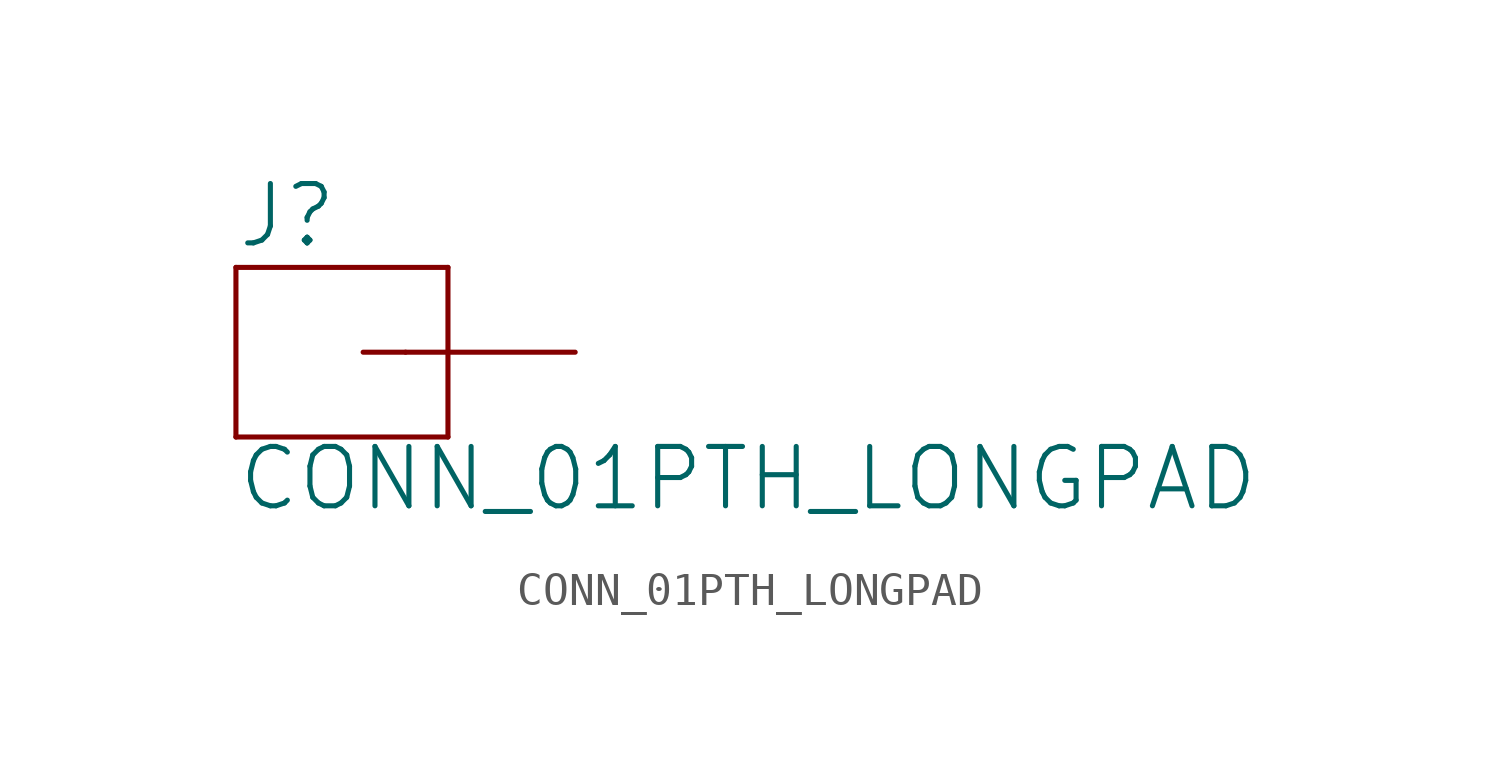
<source format=kicad_sym>
(kicad_symbol_lib
  (version 20211014)
  (generator kicad_symbol_editor)
  (symbol "CONN_01PTH_LONGPAD"
    (pin_names
      (offset 1.016))
    (property "Reference" "J"
      (at -2.54 3.048 0)
      (effects (font (size 1.778 1.778)) (justify left bottom)))
    (property "Value" "CONN_01PTH_LONGPAD"
      (at -2.54 -4.826 0)
      (effects (font (size 1.778 1.778)) (justify left bottom)))
    (property "ki_locked" ""
      (at 0 0 0)
      (effects (font (size 1.27 1.27))))
    (symbol "CONN_01PTH_LONGPAD_1_0"
      (polyline (pts (xy -2.54 2.54) (xy -2.54 -2.54)) (stroke (width 0) (type default) (color 0 0 0 0)) (fill (type none)))
      (polyline (pts (xy -2.54 2.54) (xy 3.81 2.54)) (stroke (width 0) (type default) (color 0 0 0 0)) (fill (type none)))
      (polyline (pts (xy 1.27 0) (xy 2.54 0)) (stroke (width 0) (type default) (color 0 0 0 0)) (fill (type none)))
      (polyline (pts (xy 3.81 -2.54) (xy -2.54 -2.54)) (stroke (width 0) (type default) (color 0 0 0 0)) (fill (type none)))
      (polyline (pts (xy 3.81 -2.54) (xy 3.81 2.54)) (stroke (width 0) (type default) (color 0 0 0 0)) (fill (type none)))
      (pin passive line (at 7.62 0 180) (length 5.08) (name "1" (effects (font (size 0 0)))) (number "1" (effects (font (size 0 0))))))))
</source>
